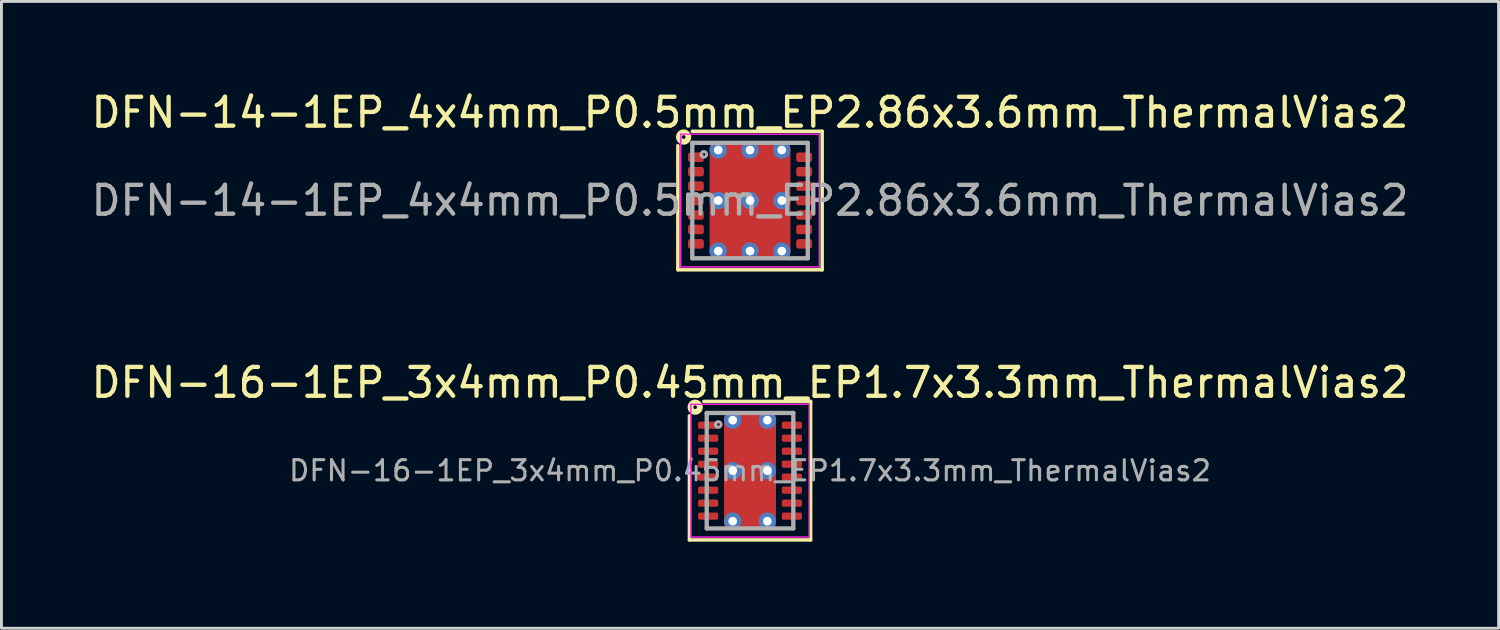
<source format=kicad_pcb>
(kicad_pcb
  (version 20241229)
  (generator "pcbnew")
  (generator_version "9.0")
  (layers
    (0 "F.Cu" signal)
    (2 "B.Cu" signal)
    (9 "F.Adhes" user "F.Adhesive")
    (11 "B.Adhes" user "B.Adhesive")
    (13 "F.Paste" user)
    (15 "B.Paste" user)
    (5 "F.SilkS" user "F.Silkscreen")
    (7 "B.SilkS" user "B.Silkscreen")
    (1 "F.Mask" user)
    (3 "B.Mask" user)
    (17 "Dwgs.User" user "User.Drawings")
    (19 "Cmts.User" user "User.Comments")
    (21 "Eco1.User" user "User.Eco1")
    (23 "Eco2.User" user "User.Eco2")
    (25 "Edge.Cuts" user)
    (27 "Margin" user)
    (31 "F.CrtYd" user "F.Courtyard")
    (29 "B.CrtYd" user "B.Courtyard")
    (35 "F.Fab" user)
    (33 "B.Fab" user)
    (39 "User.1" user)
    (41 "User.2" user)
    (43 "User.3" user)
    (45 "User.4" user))
  (footprint "DFN-14-1EP_4x4mm_P0.5mm_EP2.86x3.6mm_ThermalVias2"
    (layer "F.Cu")
    (at 22.935 3.898)
    (property "Reference" "DFN-14-1EP_4x4mm_P0.5mm_EP2.86x3.6mm_ThermalVias2" (at 0 -3.05 0) (layer "F.SilkS") (effects (font (size 1 1) (thickness 0.15))))
    (attr smd)
    (fp_line (start -2.5 2.4) (end -2.5 -1.9) (stroke (width 0.12) (type solid)) (layer "F.SilkS"))
    (fp_line (start -2 -2.4) (end 2.5 -2.4) (stroke (width 0.12) (type solid)) (layer "F.SilkS"))
    (fp_line (start 2.5 -2.4) (end 2.5 2.4) (stroke (width 0.12) (type solid)) (layer "F.SilkS"))
    (fp_line (start 2.5 2.4) (end -2.5 2.4) (stroke (width 0.12) (type solid)) (layer "F.SilkS"))
    (fp_circle (center -2.3 -2.2) (end -2.236 -2.2) (stroke (width 0.2) (type solid)) (fill no) (layer "F.SilkS"))
    (fp_line (start -2.4 -2.3) (end -2.4 2.3) (stroke (width 0.05) (type solid)) (layer "F.CrtYd"))
    (fp_line (start -2.4 -2.3) (end 2.4 -2.3) (stroke (width 0.05) (type solid)) (layer "F.CrtYd"))
    (fp_line (start -2.4 2.3) (end 2.4 2.3) (stroke (width 0.05) (type solid)) (layer "F.CrtYd"))
    (fp_line (start 2.4 -2.3) (end 2.4 2.3) (stroke (width 0.05) (type solid)) (layer "F.CrtYd"))
    (fp_line (start -2 -2) (end 2 -2) (stroke (width 0.15) (type solid)) (layer "F.Fab"))
    (fp_line (start -2 2) (end -2 -2) (stroke (width 0.15) (type solid)) (layer "F.Fab"))
    (fp_line (start 2 -2) (end 2 2) (stroke (width 0.15) (type solid)) (layer "F.Fab"))
    (fp_line (start 2 2) (end -2 2) (stroke (width 0.15) (type solid)) (layer "F.Fab"))
    (fp_circle (center -1.6 -1.6) (end -1.5 -1.6) (stroke (width 0.1) (type solid)) (fill no) (layer "F.Fab"))
    (fp_text user "${REFERENCE}" (at 0 0 0) (layer "F.Fab") (effects (font (size 1 1) (thickness 0.15))))
    (pad "" smd roundrect (at -0.65 -0.875) (size 1 0.85) (layers "F.Paste") (roundrect_rratio 0.25))
    (pad "" smd roundrect (at -0.65 0.875) (size 1 0.85) (layers "F.Paste") (roundrect_rratio 0.25))
    (pad "" smd roundrect (at 0 -0.875) (size 2.6 1.15) (layers "F.Mask") (roundrect_rratio 0.217))
    (pad "" smd roundrect (at 0 0.875) (size 2.6 1.15) (layers "F.Mask") (roundrect_rratio 0.217))
    (pad "" smd roundrect (at 0.65 -0.875) (size 1 0.85) (layers "F.Paste") (roundrect_rratio 0.25))
    (pad "" smd roundrect (at 0.65 0.875) (size 1 0.85) (layers "F.Paste") (roundrect_rratio 0.25))
    (pad "1" smd roundrect (at -1.875 -1.5) (size 0.55 0.33) (layers "F.Cu" "F.Mask" "F.Paste") (roundrect_rratio 0.25))
    (pad "2" smd roundrect (at -1.875 -1) (size 0.55 0.33) (layers "F.Cu" "F.Mask" "F.Paste") (roundrect_rratio 0.25))
    (pad "3" smd roundrect (at -1.875 -0.5) (size 0.55 0.33) (layers "F.Cu" "F.Mask" "F.Paste") (roundrect_rratio 0.25))
    (pad "4" smd roundrect (at -1.875 0) (size 0.55 0.33) (layers "F.Cu" "F.Mask" "F.Paste") (roundrect_rratio 0.25))
    (pad "5" smd roundrect (at -1.875 0.5) (size 0.55 0.33) (layers "F.Cu" "F.Mask" "F.Paste") (roundrect_rratio 0.25))
    (pad "6" smd roundrect (at -1.875 1) (size 0.55 0.33) (layers "F.Cu" "F.Mask" "F.Paste") (roundrect_rratio 0.25))
    (pad "7" smd roundrect (at -1.875 1.5) (size 0.55 0.33) (layers "F.Cu" "F.Mask" "F.Paste") (roundrect_rratio 0.25))
    (pad "8" smd roundrect (at 1.875 1.5) (size 0.55 0.33) (layers "F.Cu" "F.Mask" "F.Paste") (roundrect_rratio 0.25))
    (pad "9" smd roundrect (at 1.875 1) (size 0.55 0.33) (layers "F.Cu" "F.Mask" "F.Paste") (roundrect_rratio 0.25))
    (pad "10" smd roundrect (at 1.875 0.5) (size 0.55 0.33) (layers "F.Cu" "F.Mask" "F.Paste") (roundrect_rratio 0.25))
    (pad "11" smd roundrect (at 1.875 0) (size 0.55 0.33) (layers "F.Cu" "F.Mask" "F.Paste") (roundrect_rratio 0.25))
    (pad "12" smd roundrect (at 1.875 -0.5) (size 0.55 0.33) (layers "F.Cu" "F.Mask" "F.Paste") (roundrect_rratio 0.25))
    (pad "13" smd roundrect (at 1.875 -1) (size 0.55 0.33) (layers "F.Cu" "F.Mask" "F.Paste") (roundrect_rratio 0.25))
    (pad "14" smd roundrect (at 1.875 -1.5) (size 0.55 0.33) (layers "F.Cu" "F.Mask" "F.Paste") (roundrect_rratio 0.25))
    (pad "15" thru_hole circle (at -1.1 -1.75) (size 0.6 0.6) (drill 0.3) (property pad_prop_heatsink) (layers "*.Cu" "*.Mask"))
    (pad "15" thru_hole circle (at -1.1 0) (size 0.6 0.6) (drill 0.3) (property pad_prop_heatsink) (layers "*.Cu" "*.Mask"))
    (pad "15" thru_hole circle (at -1.1 1.75) (size 0.6 0.6) (drill 0.3) (property pad_prop_heatsink) (layers "*.Cu" "*.Mask"))
    (pad "15" thru_hole circle (at 0 -1.75) (size 0.6 0.6) (drill 0.3) (property pad_prop_heatsink) (layers "*.Cu" "*.Mask"))
    (pad "15" thru_hole circle (at 0 0) (size 0.6 0.6) (drill 0.3) (property pad_prop_heatsink) (layers "*.Cu" "*.Mask"))
    (pad "15" smd roundrect (at 0 0) (size 2.8 4.1) (layers "F.Cu") (roundrect_rratio 0.089))
    (pad "15" thru_hole circle (at 0 1.75) (size 0.6 0.6) (drill 0.3) (property pad_prop_heatsink) (layers "*.Cu" "*.Mask"))
    (pad "15" thru_hole circle (at 1.1 -1.75) (size 0.6 0.6) (drill 0.3) (property pad_prop_heatsink) (layers "*.Cu" "*.Mask"))
    (pad "15" thru_hole circle (at 1.1 0) (size 0.6 0.6) (drill 0.3) (property pad_prop_heatsink) (layers "*.Cu" "*.Mask"))
    (pad "15" thru_hole circle (at 1.1 1.75) (size 0.6 0.6) (drill 0.3) (property pad_prop_heatsink) (layers "*.Cu" "*.Mask")))
  (footprint "DFN-16-1EP_3x4mm_P0.45mm_EP1.7x3.3mm_ThermalVias2"
    (layer "F.Cu")
    (at 22.935 13.257)
    (property "Reference" "DFN-16-1EP_3x4mm_P0.45mm_EP1.7x3.3mm_ThermalVias2" (at 0 -3.05 0) (layer "F.SilkS") (effects (font (size 1 1) (thickness 0.15))))
    (attr smd)
    (fp_line (start -2.1 2.4) (end -2.1 -1.9) (stroke (width 0.12) (type solid)) (layer "F.SilkS"))
    (fp_line (start -1.6 -2.4) (end 2.1 -2.4) (stroke (width 0.12) (type solid)) (layer "F.SilkS"))
    (fp_line (start 2.1 -2.4) (end 2.1 2.4) (stroke (width 0.12) (type solid)) (layer "F.SilkS"))
    (fp_line (start 2.1 2.4) (end -2.1 2.4) (stroke (width 0.12) (type solid)) (layer "F.SilkS"))
    (fp_circle (center -1.9 -2.2) (end -1.837 -2.2) (stroke (width 0.2) (type solid)) (fill no) (layer "F.SilkS"))
    (fp_line (start -2.05 -2.3) (end -2.05 2.3) (stroke (width 0.05) (type solid)) (layer "F.CrtYd"))
    (fp_line (start -2.05 -2.3) (end 2.05 -2.3) (stroke (width 0.05) (type solid)) (layer "F.CrtYd"))
    (fp_line (start -2.05 2.3) (end 2.05 2.3) (stroke (width 0.05) (type solid)) (layer "F.CrtYd"))
    (fp_line (start 2.05 -2.3) (end 2.05 2.3) (stroke (width 0.05) (type solid)) (layer "F.CrtYd"))
    (fp_line (start -1.5 -2) (end 1.5 -2) (stroke (width 0.15) (type solid)) (layer "F.Fab"))
    (fp_line (start -1.5 2) (end -1.5 -2) (stroke (width 0.15) (type solid)) (layer "F.Fab"))
    (fp_line (start 1.5 -2) (end 1.5 2) (stroke (width 0.15) (type solid)) (layer "F.Fab"))
    (fp_line (start 1.5 2) (end -1.5 2) (stroke (width 0.15) (type solid)) (layer "F.Fab"))
    (fp_circle (center -1.1 -1.6) (end -1 -1.6) (stroke (width 0.1) (type solid)) (fill no) (layer "F.Fab"))
    (fp_text user "${REFERENCE}" (at 0 0 0) (layer "F.Fab") (effects (font (size 0.7 0.7) (thickness 0.105))))
    (pad "" smd roundrect (at -0.4 -1.163) (size 0.6 0.375) (layers "F.Paste") (roundrect_rratio 0.25))
    (pad "" smd roundrect (at -0.4 -0.588) (size 0.6 0.375) (layers "F.Paste") (roundrect_rratio 0.25))
    (pad "" smd roundrect (at -0.4 0.588) (size 0.6 0.375) (layers "F.Paste") (roundrect_rratio 0.25))
    (pad "" smd roundrect (at -0.4 1.163) (size 0.6 0.375) (layers "F.Paste") (roundrect_rratio 0.25))
    (pad "" smd roundrect (at 0 -0.875) (size 1.6 1.15) (layers "F.Mask") (roundrect_rratio 0.217))
    (pad "" smd roundrect (at 0 0.875) (size 1.6 1.15) (layers "F.Mask") (roundrect_rratio 0.217))
    (pad "" smd roundrect (at 0.4 -1.163) (size 0.6 0.375) (layers "F.Paste") (roundrect_rratio 0.25))
    (pad "" smd roundrect (at 0.4 -0.588) (size 0.6 0.375) (layers "F.Paste") (roundrect_rratio 0.25))
    (pad "" smd roundrect (at 0.4 0.588) (size 0.6 0.375) (layers "F.Paste") (roundrect_rratio 0.25))
    (pad "" smd roundrect (at 0.4 1.163) (size 0.6 0.375) (layers "F.Paste") (roundrect_rratio 0.25))
    (pad "1" smd roundrect (at -1.45 -1.575) (size 0.7 0.25) (layers "F.Cu" "F.Mask" "F.Paste") (roundrect_rratio 0.25))
    (pad "2" smd roundrect (at -1.45 -1.125) (size 0.7 0.25) (layers "F.Cu" "F.Mask" "F.Paste") (roundrect_rratio 0.25))
    (pad "3" smd roundrect (at -1.45 -0.675) (size 0.7 0.25) (layers "F.Cu" "F.Mask" "F.Paste") (roundrect_rratio 0.25))
    (pad "4" smd roundrect (at -1.45 -0.225) (size 0.7 0.25) (layers "F.Cu" "F.Mask" "F.Paste") (roundrect_rratio 0.25))
    (pad "5" smd roundrect (at -1.45 0.225) (size 0.7 0.25) (layers "F.Cu" "F.Mask" "F.Paste") (roundrect_rratio 0.25))
    (pad "6" smd roundrect (at -1.45 0.675) (size 0.7 0.25) (layers "F.Cu" "F.Mask" "F.Paste") (roundrect_rratio 0.25))
    (pad "7" smd roundrect (at -1.45 1.125) (size 0.7 0.25) (layers "F.Cu" "F.Mask" "F.Paste") (roundrect_rratio 0.25))
    (pad "8" smd roundrect (at -1.45 1.575) (size 0.7 0.25) (layers "F.Cu" "F.Mask" "F.Paste") (roundrect_rratio 0.25))
    (pad "9" smd roundrect (at 1.45 1.575) (size 0.7 0.25) (layers "F.Cu" "F.Mask" "F.Paste") (roundrect_rratio 0.25))
    (pad "10" smd roundrect (at 1.45 1.125) (size 0.7 0.25) (layers "F.Cu" "F.Mask" "F.Paste") (roundrect_rratio 0.25))
    (pad "11" smd roundrect (at 1.45 0.675) (size 0.7 0.25) (layers "F.Cu" "F.Mask" "F.Paste") (roundrect_rratio 0.25))
    (pad "12" smd roundrect (at 1.45 0.225) (size 0.7 0.25) (layers "F.Cu" "F.Mask" "F.Paste") (roundrect_rratio 0.25))
    (pad "13" smd roundrect (at 1.45 -0.225) (size 0.7 0.25) (layers "F.Cu" "F.Mask" "F.Paste") (roundrect_rratio 0.25))
    (pad "14" smd roundrect (at 1.45 -0.675) (size 0.7 0.25) (layers "F.Cu" "F.Mask" "F.Paste") (roundrect_rratio 0.25))
    (pad "15" smd roundrect (at 1.45 -1.125) (size 0.7 0.25) (layers "F.Cu" "F.Mask" "F.Paste") (roundrect_rratio 0.25))
    (pad "16" smd roundrect (at 1.45 -1.575) (size 0.7 0.25) (layers "F.Cu" "F.Mask" "F.Paste") (roundrect_rratio 0.25))
    (pad "17" thru_hole circle (at -0.6 -1.75) (size 0.6 0.6) (drill 0.3) (property pad_prop_heatsink) (layers "*.Cu" "*.Mask"))
    (pad "17" thru_hole circle (at -0.6 0) (size 0.6 0.6) (drill 0.3) (property pad_prop_heatsink) (layers "*.Cu" "*.Mask"))
    (pad "17" thru_hole circle (at -0.6 1.75) (size 0.6 0.6) (drill 0.3) (property pad_prop_heatsink) (layers "*.Cu" "*.Mask"))
    (pad "17" smd roundrect (at 0 0) (size 1.8 4.1) (layers "F.Cu") (roundrect_rratio 0.139))
    (pad "17" thru_hole circle (at 0.6 -1.75) (size 0.6 0.6) (drill 0.3) (property pad_prop_heatsink) (layers "*.Cu" "*.Mask"))
    (pad "17" thru_hole circle (at 0.6 0) (size 0.6 0.6) (drill 0.3) (property pad_prop_heatsink) (layers "*.Cu" "*.Mask"))
    (pad "17" thru_hole circle (at 0.6 1.75) (size 0.6 0.6) (drill 0.3) (property pad_prop_heatsink) (layers "*.Cu" "*.Mask")))
  (gr_rect
    (start -3 -3)
    (end 48.869 18.716)
    (stroke (width 0.1) (type default))
    (fill no)
    (layer "Edge.Cuts")))
</source>
